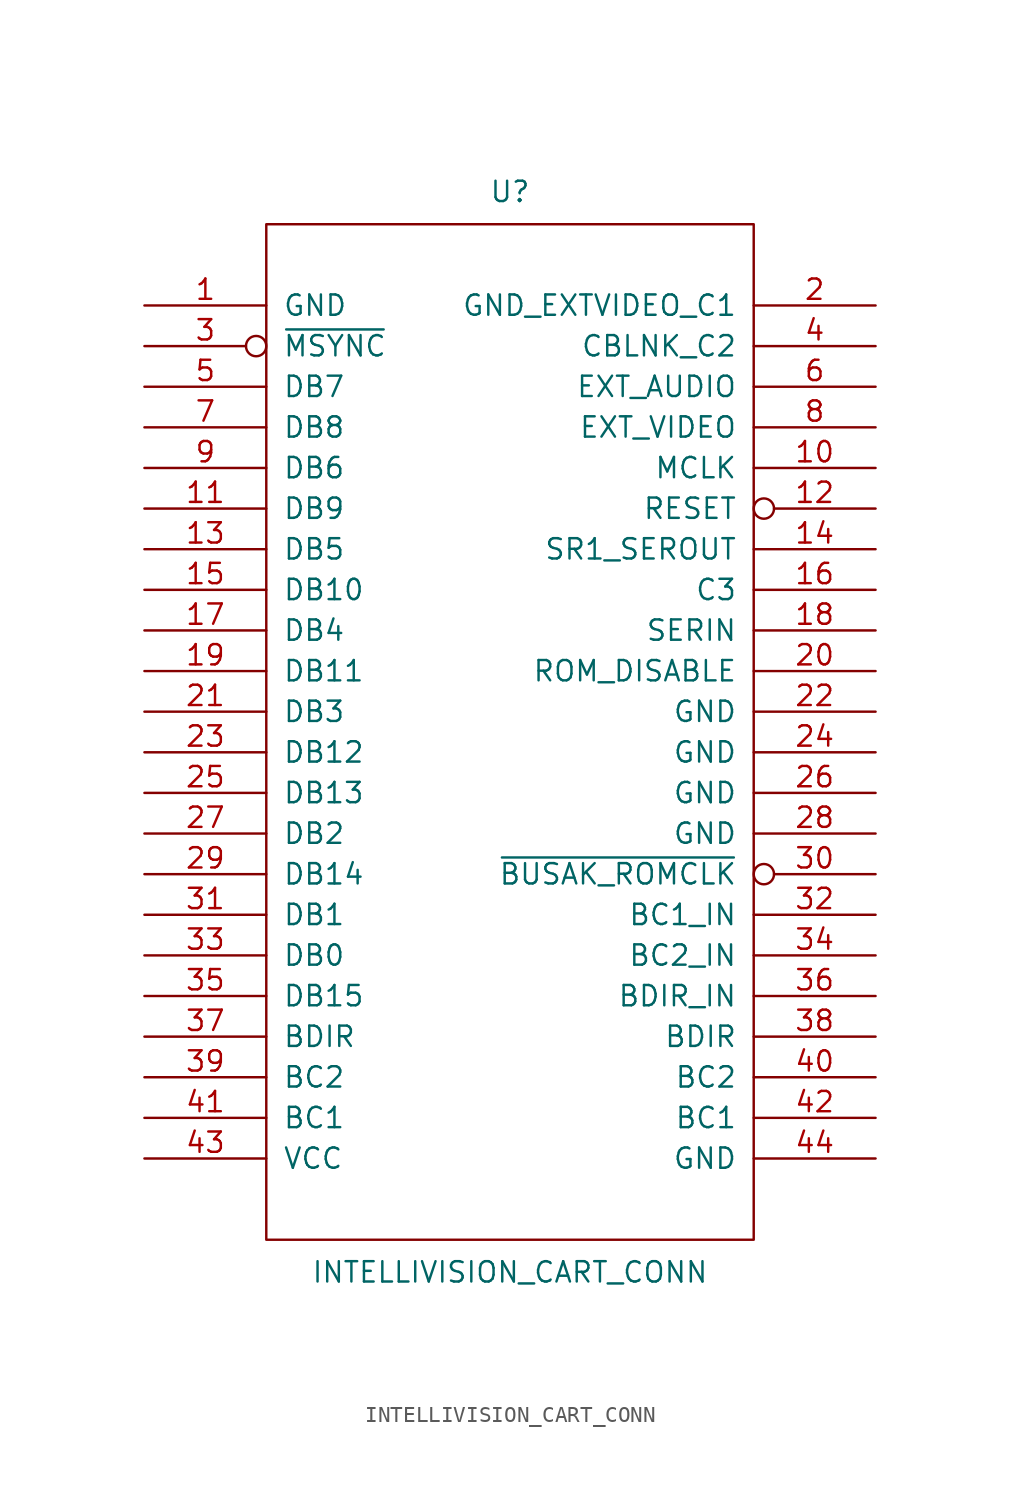
<source format=kicad_sym>
(kicad_symbol_lib
  (version 20231120)
  (generator "kicad_symbol_editor")
  (generator_version "8.0")
  (symbol "INTELLIVISION_CART_CONN"
    (pin_names
      (offset 1.016))
    (property "Reference" "U"
      (at 0 33.782 0)
      (effects (font (size 1.27 1.27))))
    (property "Value" "INTELLIVISION_CART_CONN"
      (at 0 -33.782 0)
      (effects (font (size 1.27 1.27))))
    (symbol "INTELLIVISION_CART_CONN_1_0"
      (rectangle (start -15.24 31.75) (end 15.24 -31.75) (stroke (width 0) (type solid)) (fill (type none))))
    (symbol "INTELLIVISION_CART_CONN_1_1"
      (pin passive line (at -22.86 26.67 0) (length 7.62) (name "GND" (effects (font (size 1.27 1.27)))) (number "1" (effects (font (size 1.27 1.27)))))
      (pin output line (at 22.86 16.51 180) (length 7.62) (name "MCLK" (effects (font (size 1.27 1.27)))) (number "10" (effects (font (size 1.27 1.27)))))
      (pin bidirectional line (at -22.86 13.97 0) (length 7.62) (name "DB9" (effects (font (size 1.27 1.27)))) (number "11" (effects (font (size 1.27 1.27)))))
      (pin input inverted (at 22.86 13.97 180) (length 7.62) (name "RESET" (effects (font (size 1.27 1.27)))) (number "12" (effects (font (size 1.27 1.27)))))
      (pin bidirectional line (at -22.86 11.43 0) (length 7.62) (name "DB5" (effects (font (size 1.27 1.27)))) (number "13" (effects (font (size 1.27 1.27)))))
      (pin output line (at 22.86 11.43 180) (length 7.62) (name "SR1_SEROUT" (effects (font (size 1.27 1.27)))) (number "14" (effects (font (size 1.27 1.27)))))
      (pin bidirectional line (at -22.86 8.89 0) (length 7.62) (name "DB10" (effects (font (size 1.27 1.27)))) (number "15" (effects (font (size 1.27 1.27)))))
      (pin output line (at 22.86 8.89 180) (length 7.62) (name "C3" (effects (font (size 1.27 1.27)))) (number "16" (effects (font (size 1.27 1.27)))))
      (pin bidirectional line (at -22.86 6.35 0) (length 7.62) (name "DB4" (effects (font (size 1.27 1.27)))) (number "17" (effects (font (size 1.27 1.27)))))
      (pin input line (at 22.86 6.35 180) (length 7.62) (name "SERIN" (effects (font (size 1.27 1.27)))) (number "18" (effects (font (size 1.27 1.27)))))
      (pin bidirectional line (at -22.86 3.81 0) (length 7.62) (name "DB11" (effects (font (size 1.27 1.27)))) (number "19" (effects (font (size 1.27 1.27)))))
      (pin passive line (at 22.86 26.67 180) (length 7.62) (name "GND_EXTVIDEO_C1" (effects (font (size 1.27 1.27)))) (number "2" (effects (font (size 1.27 1.27)))))
      (pin input line (at 22.86 3.81 180) (length 7.62) (name "ROM_DISABLE" (effects (font (size 1.27 1.27)))) (number "20" (effects (font (size 1.27 1.27)))))
      (pin bidirectional line (at -22.86 1.27 0) (length 7.62) (name "DB3" (effects (font (size 1.27 1.27)))) (number "21" (effects (font (size 1.27 1.27)))))
      (pin passive line (at 22.86 1.27 180) (length 7.62) (name "GND" (effects (font (size 1.27 1.27)))) (number "22" (effects (font (size 1.27 1.27)))))
      (pin bidirectional line (at -22.86 -1.27 0) (length 7.62) (name "DB12" (effects (font (size 1.27 1.27)))) (number "23" (effects (font (size 1.27 1.27)))))
      (pin passive line (at 22.86 -1.27 180) (length 7.62) (name "GND" (effects (font (size 1.27 1.27)))) (number "24" (effects (font (size 1.27 1.27)))))
      (pin bidirectional line (at -22.86 -3.81 0) (length 7.62) (name "DB13" (effects (font (size 1.27 1.27)))) (number "25" (effects (font (size 1.27 1.27)))))
      (pin passive line (at 22.86 -3.81 180) (length 7.62) (name "GND" (effects (font (size 1.27 1.27)))) (number "26" (effects (font (size 1.27 1.27)))))
      (pin bidirectional line (at -22.86 -6.35 0) (length 7.62) (name "DB2" (effects (font (size 1.27 1.27)))) (number "27" (effects (font (size 1.27 1.27)))))
      (pin passive line (at 22.86 -6.35 180) (length 7.62) (name "GND" (effects (font (size 1.27 1.27)))) (number "28" (effects (font (size 1.27 1.27)))))
      (pin bidirectional line (at -22.86 -8.89 0) (length 7.62) (name "DB14" (effects (font (size 1.27 1.27)))) (number "29" (effects (font (size 1.27 1.27)))))
      (pin output inverted (at -22.86 24.13 0) (length 7.62) (name "~{MSYNC}" (effects (font (size 1.27 1.27)))) (number "3" (effects (font (size 1.27 1.27)))))
      (pin output inverted (at 22.86 -8.89 180) (length 7.62) (name "~{BUSAK_ROMCLK}" (effects (font (size 1.27 1.27)))) (number "30" (effects (font (size 1.27 1.27)))))
      (pin bidirectional line (at -22.86 -11.43 0) (length 7.62) (name "DB1" (effects (font (size 1.27 1.27)))) (number "31" (effects (font (size 1.27 1.27)))))
      (pin input line (at 22.86 -11.43 180) (length 7.62) (name "BC1_IN" (effects (font (size 1.27 1.27)))) (number "32" (effects (font (size 1.27 1.27)))))
      (pin bidirectional line (at -22.86 -13.97 0) (length 7.62) (name "DB0" (effects (font (size 1.27 1.27)))) (number "33" (effects (font (size 1.27 1.27)))))
      (pin input line (at 22.86 -13.97 180) (length 7.62) (name "BC2_IN" (effects (font (size 1.27 1.27)))) (number "34" (effects (font (size 1.27 1.27)))))
      (pin input line (at -22.86 -16.51 0) (length 7.62) (name "DB15" (effects (font (size 1.27 1.27)))) (number "35" (effects (font (size 1.27 1.27)))))
      (pin input line (at 22.86 -16.51 180) (length 7.62) (name "BDIR_IN" (effects (font (size 1.27 1.27)))) (number "36" (effects (font (size 1.27 1.27)))))
      (pin output line (at -22.86 -19.05 0) (length 7.62) (name "BDIR" (effects (font (size 1.27 1.27)))) (number "37" (effects (font (size 1.27 1.27)))))
      (pin output line (at 22.86 -19.05 180) (length 7.62) (name "BDIR" (effects (font (size 1.27 1.27)))) (number "38" (effects (font (size 1.27 1.27)))))
      (pin output line (at -22.86 -21.59 0) (length 7.62) (name "BC2" (effects (font (size 1.27 1.27)))) (number "39" (effects (font (size 1.27 1.27)))))
      (pin output line (at 22.86 24.13 180) (length 7.62) (name "CBLNK_C2" (effects (font (size 1.27 1.27)))) (number "4" (effects (font (size 1.27 1.27)))))
      (pin output line (at 22.86 -21.59 180) (length 7.62) (name "BC2" (effects (font (size 1.27 1.27)))) (number "40" (effects (font (size 1.27 1.27)))))
      (pin output line (at -22.86 -24.13 0) (length 7.62) (name "BC1" (effects (font (size 1.27 1.27)))) (number "41" (effects (font (size 1.27 1.27)))))
      (pin output line (at 22.86 -24.13 180) (length 7.62) (name "BC1" (effects (font (size 1.27 1.27)))) (number "42" (effects (font (size 1.27 1.27)))))
      (pin power_out line (at -22.86 -26.67 0) (length 7.62) (name "VCC" (effects (font (size 1.27 1.27)))) (number "43" (effects (font (size 1.27 1.27)))))
      (pin power_out line (at 22.86 -26.67 180) (length 7.62) (name "GND" (effects (font (size 1.27 1.27)))) (number "44" (effects (font (size 1.27 1.27)))))
      (pin bidirectional line (at -22.86 21.59 0) (length 7.62) (name "DB7" (effects (font (size 1.27 1.27)))) (number "5" (effects (font (size 1.27 1.27)))))
      (pin input line (at 22.86 21.59 180) (length 7.62) (name "EXT_AUDIO" (effects (font (size 1.27 1.27)))) (number "6" (effects (font (size 1.27 1.27)))))
      (pin bidirectional line (at -22.86 19.05 0) (length 7.62) (name "DB8" (effects (font (size 1.27 1.27)))) (number "7" (effects (font (size 1.27 1.27)))))
      (pin input line (at 22.86 19.05 180) (length 7.62) (name "EXT_VIDEO" (effects (font (size 1.27 1.27)))) (number "8" (effects (font (size 1.27 1.27)))))
      (pin bidirectional line (at -22.86 16.51 0) (length 7.62) (name "DB6" (effects (font (size 1.27 1.27)))) (number "9" (effects (font (size 1.27 1.27))))))))
</source>
